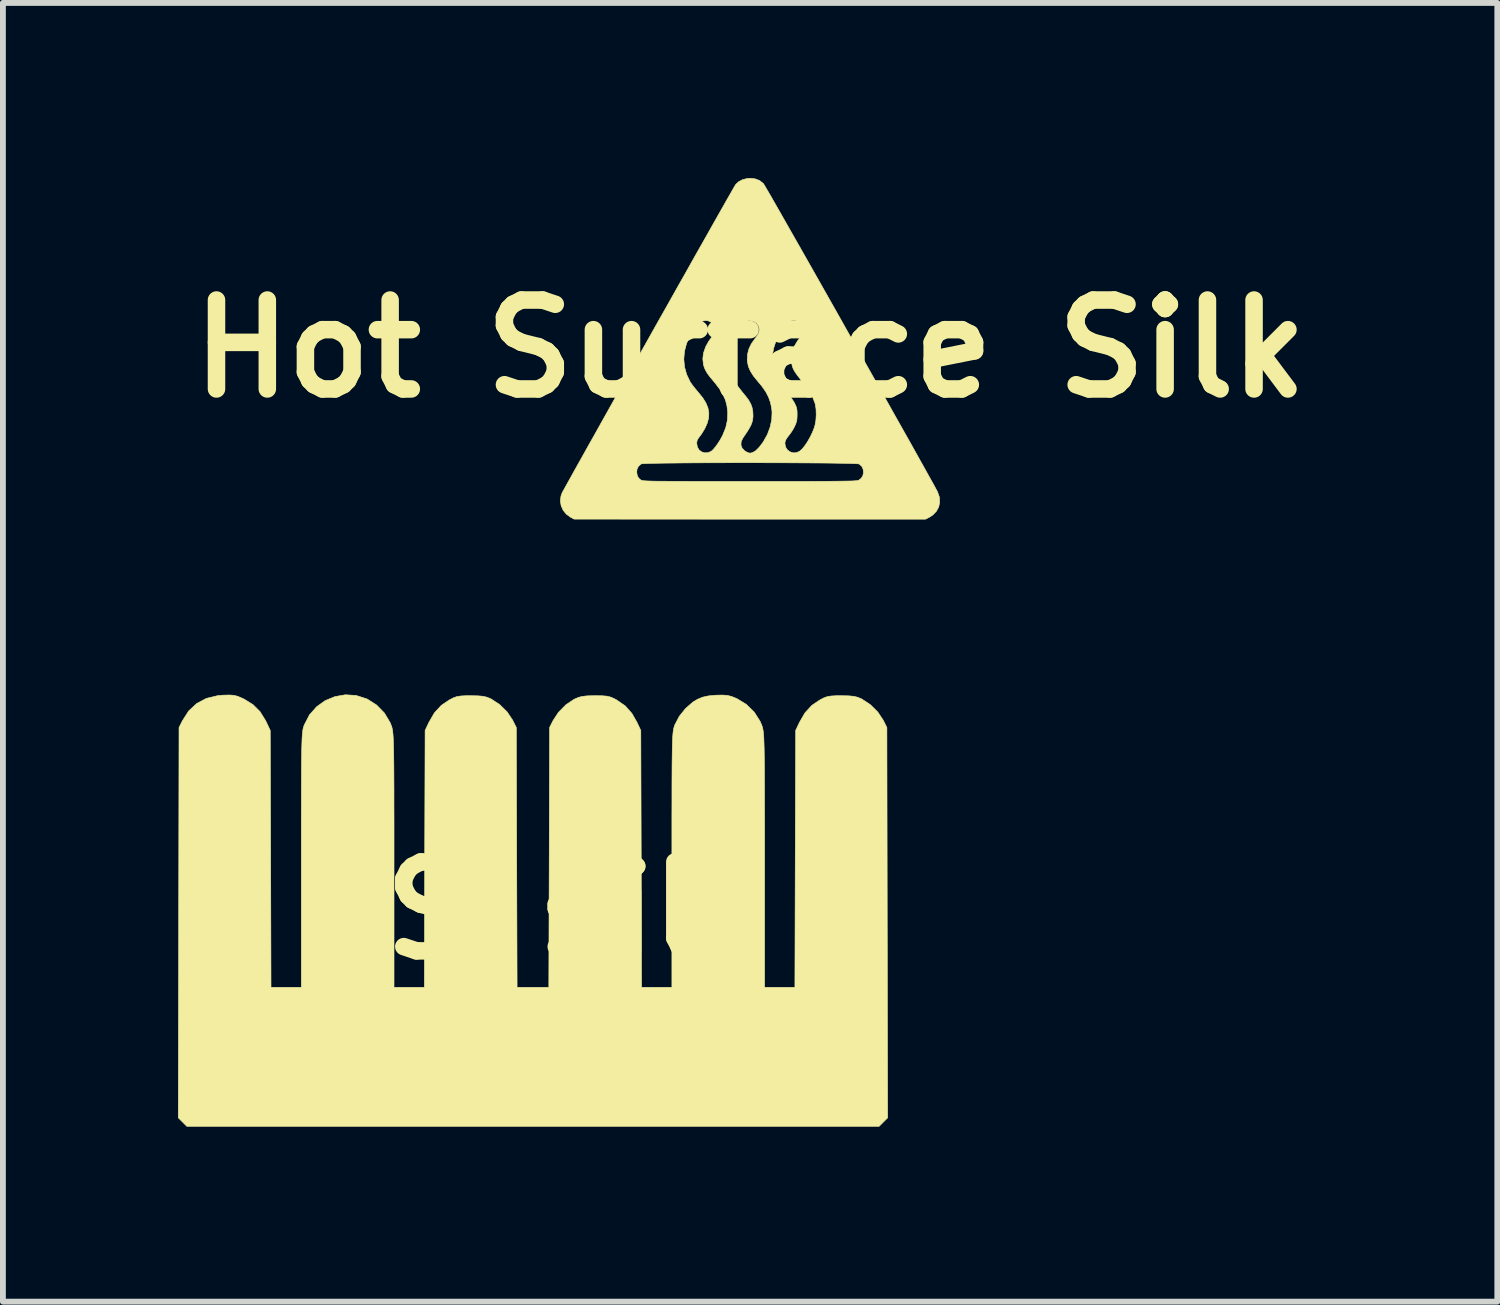
<source format=kicad_pcb>
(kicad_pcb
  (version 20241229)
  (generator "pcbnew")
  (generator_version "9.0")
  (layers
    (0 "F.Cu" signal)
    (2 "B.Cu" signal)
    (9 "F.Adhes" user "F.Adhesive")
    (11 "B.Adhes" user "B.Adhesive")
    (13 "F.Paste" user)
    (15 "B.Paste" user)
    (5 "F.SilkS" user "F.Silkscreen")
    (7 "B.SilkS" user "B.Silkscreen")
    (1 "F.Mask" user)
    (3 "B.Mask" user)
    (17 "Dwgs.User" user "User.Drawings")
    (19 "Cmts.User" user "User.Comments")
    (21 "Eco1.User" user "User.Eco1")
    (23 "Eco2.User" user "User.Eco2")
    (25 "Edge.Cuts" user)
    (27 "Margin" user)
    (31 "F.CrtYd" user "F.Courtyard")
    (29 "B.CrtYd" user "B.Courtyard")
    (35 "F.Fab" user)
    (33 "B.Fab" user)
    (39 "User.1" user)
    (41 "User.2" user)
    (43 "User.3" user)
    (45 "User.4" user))
  (footprint "HS silk"
    (layer "F.Cu")
    (at 6.083 12.555)
    (property "Reference" "HS silk" (at 0 0 0) (layer "F.SilkS") (effects (font (size 1.524 1.524) (thickness 0.3))))
    (attr through_hole)
    (fp_poly (pts (xy -3.029 -3.687) (xy -2.848 -3.629) (xy -2.839 -3.625) (xy -2.68 -3.524) (xy -2.546 -3.387) (xy -2.449 -3.225) (xy -2.432 -3.184) (xy -2.423 -3.159) (xy -2.415 -3.134) (xy -2.409 -3.103) (xy -2.403 -3.065) (xy -2.398 -3.016) (xy -2.394 -2.952) (xy -2.391 -2.871) (xy -2.388 -2.768) (xy -2.386 -2.642) (xy -2.384 -2.489) (xy -2.383 -2.305) (xy -2.382 -2.087) (xy -2.382 -1.832) (xy -2.381 -1.537) (xy -2.381 -1.198) (xy -2.381 -0.867) (xy -2.381 1.315) (xy -1.861 1.315) (xy -1.855 -0.887) (xy -1.848 -3.088) (xy -1.783 -3.226) (xy -1.688 -3.39) (xy -1.57 -3.518) (xy -1.434 -3.61) (xy -1.367 -3.645) (xy -1.307 -3.667) (xy -1.24 -3.678) (xy -1.15 -3.683) (xy -1.067 -3.683) (xy -0.944 -3.681) (xy -0.856 -3.673) (xy -0.787 -3.657) (xy -0.72 -3.629) (xy -0.715 -3.626) (xy -0.571 -3.532) (xy -0.442 -3.405) (xy -0.346 -3.261) (xy -0.343 -3.254) (xy -0.285 -3.138) (xy -0.279 -0.912) (xy -0.272 1.315) (xy 0.272 1.315) (xy 0.279 -0.912) (xy 0.285 -3.138) (xy 0.343 -3.254) (xy 0.437 -3.398) (xy 0.564 -3.527) (xy 0.707 -3.623) (xy 0.715 -3.626) (xy 0.782 -3.655) (xy 0.85 -3.672) (xy 0.937 -3.681) (xy 1.056 -3.683) (xy 1.067 -3.683) (xy 1.182 -3.682) (xy 1.263 -3.676) (xy 1.326 -3.661) (xy 1.386 -3.636) (xy 1.434 -3.61) (xy 1.581 -3.509) (xy 1.696 -3.379) (xy 1.783 -3.226) (xy 1.848 -3.088) (xy 1.855 -0.887) (xy 1.861 1.315) (xy 2.381 1.315) (xy 2.381 -0.867) (xy 2.381 -1.246) (xy 2.381 -1.579) (xy 2.382 -1.868) (xy 2.382 -2.118) (xy 2.383 -2.331) (xy 2.384 -2.511) (xy 2.386 -2.66) (xy 2.388 -2.783) (xy 2.391 -2.882) (xy 2.394 -2.961) (xy 2.398 -3.022) (xy 2.403 -3.07) (xy 2.409 -3.107) (xy 2.416 -3.137) (xy 2.424 -3.163) (xy 2.432 -3.185) (xy 2.507 -3.329) (xy 2.615 -3.464) (xy 2.742 -3.575) (xy 2.819 -3.621) (xy 2.908 -3.658) (xy 3.008 -3.68) (xy 3.138 -3.692) (xy 3.142 -3.692) (xy 3.251 -3.694) (xy 3.332 -3.688) (xy 3.404 -3.67) (xy 3.488 -3.636) (xy 3.496 -3.632) (xy 3.656 -3.535) (xy 3.791 -3.403) (xy 3.892 -3.245) (xy 3.918 -3.185) (xy 3.927 -3.161) (xy 3.934 -3.135) (xy 3.941 -3.105) (xy 3.947 -3.067) (xy 3.952 -3.018) (xy 3.956 -2.955) (xy 3.959 -2.875) (xy 3.962 -2.774) (xy 3.964 -2.65) (xy 3.966 -2.498) (xy 3.967 -2.316) (xy 3.968 -2.1) (xy 3.968 -1.847) (xy 3.969 -1.554) (xy 3.969 -1.218) (xy 3.969 -0.867) (xy 3.969 1.315) (xy 4.489 1.315) (xy 4.495 -0.887) (xy 4.502 -3.088) (xy 4.567 -3.226) (xy 4.662 -3.39) (xy 4.78 -3.518) (xy 4.916 -3.61) (xy 4.983 -3.645) (xy 5.043 -3.667) (xy 5.11 -3.678) (xy 5.2 -3.683) (xy 5.283 -3.683) (xy 5.406 -3.681) (xy 5.494 -3.673) (xy 5.563 -3.657) (xy 5.63 -3.629) (xy 5.635 -3.626) (xy 5.779 -3.532) (xy 5.908 -3.405) (xy 6.004 -3.261) (xy 6.007 -3.254) (xy 6.065 -3.138) (xy 6.071 0.206) (xy 6.078 3.55) (xy 5.932 3.696) (xy -5.932 3.696) (xy -6.078 3.55) (xy -6.071 0.206) (xy -6.065 -3.138) (xy -6.007 -3.254) (xy -5.9 -3.421) (xy -5.763 -3.549) (xy -5.596 -3.637) (xy -5.402 -3.684) (xy -5.313 -3.692) (xy -5.206 -3.695) (xy -5.129 -3.69) (xy -5.063 -3.674) (xy -4.989 -3.643) (xy -4.949 -3.624) (xy -4.797 -3.53) (xy -4.677 -3.41) (xy -4.581 -3.255) (xy -4.567 -3.226) (xy -4.502 -3.088) (xy -4.495 -0.887) (xy -4.489 1.315) (xy -3.969 1.315) (xy -3.969 -0.867) (xy -3.969 -1.246) (xy -3.969 -1.579) (xy -3.968 -1.869) (xy -3.968 -2.118) (xy -3.967 -2.331) (xy -3.966 -2.511) (xy -3.964 -2.661) (xy -3.962 -2.784) (xy -3.959 -2.883) (xy -3.956 -2.961) (xy -3.951 -3.023) (xy -3.946 -3.071) (xy -3.941 -3.108) (xy -3.934 -3.137) (xy -3.926 -3.163) (xy -3.918 -3.184) (xy -3.83 -3.354) (xy -3.708 -3.493) (xy -3.56 -3.599) (xy -3.392 -3.668) (xy -3.213 -3.699) (xy -3.029 -3.687)) (stroke (width 0.01) (type solid)) (fill yes) (layer "F.SilkS")))
  (footprint "Hot Surface Silk"
    (layer "F.Cu")
    (at 9.804 2.926)
    (property "Reference" "Hot Surface Silk" (at 0 0 0) (layer "F.SilkS") (effects (font (size 1.524 1.524) (thickness 0.3))))
    (attr through_hole)
    (fp_poly (pts (xy 0.088 -2.911) (xy 0.163 -2.882) (xy 0.226 -2.832) (xy 0.228 -2.83) (xy 0.237 -2.816) (xy 0.258 -2.781) (xy 0.29 -2.726) (xy 0.333 -2.653) (xy 0.385 -2.562) (xy 0.446 -2.455) (xy 0.516 -2.333) (xy 0.593 -2.197) (xy 0.678 -2.048) (xy 0.769 -1.888) (xy 0.866 -1.718) (xy 0.968 -1.538) (xy 1.074 -1.351) (xy 1.184 -1.157) (xy 1.297 -0.957) (xy 1.413 -0.752) (xy 1.53 -0.545) (xy 1.648 -0.335) (xy 1.767 -0.125) (xy 1.886 0.085) (xy 2.003 0.293) (xy 2.119 0.499) (xy 2.233 0.701) (xy 2.344 0.898) (xy 2.451 1.089) (xy 2.554 1.272) (xy 2.652 1.446) (xy 2.745 1.611) (xy 2.831 1.765) (xy 2.91 1.907) (xy 2.982 2.035) (xy 3.045 2.149) (xy 3.1 2.247) (xy 3.145 2.328) (xy 3.179 2.391) (xy 3.203 2.435) (xy 3.214 2.457) (xy 3.244 2.545) (xy 3.249 2.631) (xy 3.232 2.712) (xy 3.192 2.786) (xy 3.132 2.848) (xy 3.075 2.886) (xy 3.007 2.921) (xy -0.005 2.921) (xy -3.016 2.92) (xy -3.079 2.886) (xy -3.151 2.833) (xy -3.204 2.767) (xy -3.238 2.69) (xy -3.251 2.608) (xy -3.241 2.525) (xy -3.221 2.47) (xy -3.212 2.452) (xy -3.19 2.413) (xy -3.158 2.354) (xy -3.115 2.277) (xy -3.062 2.182) (xy -3.023 2.111) (xy -1.943 2.111) (xy -1.934 2.172) (xy -1.908 2.219) (xy -1.872 2.249) (xy -1.867 2.252) (xy -1.86 2.255) (xy -1.85 2.258) (xy -1.837 2.26) (xy -1.818 2.262) (xy -1.793 2.264) (xy -1.761 2.266) (xy -1.72 2.267) (xy -1.668 2.269) (xy -1.606 2.27) (xy -1.53 2.271) (xy -1.441 2.271) (xy -1.337 2.272) (xy -1.217 2.272) (xy -1.079 2.273) (xy -0.922 2.273) (xy -0.745 2.273) (xy -0.547 2.273) (xy -0.326 2.273) (xy -0.081 2.273) (xy -0.008 2.273) (xy 0.245 2.273) (xy 0.473 2.273) (xy 0.679 2.273) (xy 0.863 2.273) (xy 1.027 2.273) (xy 1.172 2.272) (xy 1.298 2.272) (xy 1.408 2.271) (xy 1.502 2.27) (xy 1.582 2.269) (xy 1.649 2.268) (xy 1.704 2.267) (xy 1.749 2.266) (xy 1.784 2.264) (xy 1.811 2.262) (xy 1.831 2.26) (xy 1.846 2.258) (xy 1.856 2.255) (xy 1.862 2.253) (xy 1.906 2.219) (xy 1.933 2.173) (xy 1.943 2.12) (xy 1.937 2.065) (xy 1.915 2.017) (xy 1.875 1.98) (xy 1.867 1.975) (xy 1.849 1.972) (xy 1.807 1.97) (xy 1.744 1.967) (xy 1.66 1.965) (xy 1.558 1.963) (xy 1.439 1.961) (xy 1.305 1.959) (xy 1.158 1.958) (xy 1 1.957) (xy 0.832 1.956) (xy 0.656 1.955) (xy 0.474 1.954) (xy 0.288 1.954) (xy 0.099 1.953) (xy -0.091 1.953) (xy -0.28 1.953) (xy -0.467 1.954) (xy -0.649 1.954) (xy -0.825 1.955) (xy -0.993 1.956) (xy -1.152 1.957) (xy -1.299 1.959) (xy -1.433 1.96) (xy -1.553 1.962) (xy -1.655 1.964) (xy -1.74 1.966) (xy -1.804 1.969) (xy -1.847 1.971) (xy -1.865 1.974) (xy -1.866 1.974) (xy -1.911 2.011) (xy -1.937 2.063) (xy -1.943 2.111) (xy -3.023 2.111) (xy -3.001 2.072) (xy -2.931 1.947) (xy -2.853 1.808) (xy -2.769 1.657) (xy -2.677 1.494) (xy -2.581 1.322) (xy -2.479 1.14) (xy -2.373 0.951) (xy -2.263 0.756) (xy -2.15 0.555) (xy -2.034 0.349) (xy -1.937 0.177) (xy -1.136 0.177) (xy -1.124 0.31) (xy -1.088 0.44) (xy -1.028 0.566) (xy -1.026 0.569) (xy -0.999 0.609) (xy -0.961 0.659) (xy -0.918 0.712) (xy -0.893 0.741) (xy -0.814 0.838) (xy -0.758 0.927) (xy -0.723 1.012) (xy -0.707 1.095) (xy -0.71 1.181) (xy -0.712 1.192) (xy -0.735 1.277) (xy -0.776 1.368) (xy -0.83 1.457) (xy -0.855 1.491) (xy -0.887 1.534) (xy -0.905 1.565) (xy -0.913 1.595) (xy -0.914 1.626) (xy -0.903 1.687) (xy -0.874 1.735) (xy -0.83 1.768) (xy -0.777 1.784) (xy -0.72 1.781) (xy -0.665 1.757) (xy -0.633 1.728) (xy -0.595 1.683) (xy -0.553 1.625) (xy -0.512 1.561) (xy -0.476 1.495) (xy -0.469 1.481) (xy -0.417 1.352) (xy -0.389 1.225) (xy -0.383 1.095) (xy -0.384 1.081) (xy -0.397 0.977) (xy -0.422 0.88) (xy -0.464 0.786) (xy -0.522 0.69) (xy -0.6 0.587) (xy -0.628 0.554) (xy -0.688 0.482) (xy -0.732 0.423) (xy -0.763 0.37) (xy -0.785 0.321) (xy -0.8 0.269) (xy -0.8 0.268) (xy -0.81 0.171) (xy -0.804 0.121) (xy -0.375 0.121) (xy -0.374 0.247) (xy -0.35 0.371) (xy -0.303 0.493) (xy -0.232 0.616) (xy -0.136 0.74) (xy -0.134 0.743) (xy -0.069 0.821) (xy -0.021 0.887) (xy 0.012 0.947) (xy 0.033 1.004) (xy 0.045 1.063) (xy 0.048 1.097) (xy 0.05 1.157) (xy 0.045 1.21) (xy 0.033 1.261) (xy 0.012 1.315) (xy -0.021 1.375) (xy -0.066 1.446) (xy -0.123 1.529) (xy -0.152 1.588) (xy -0.157 1.647) (xy -0.138 1.701) (xy -0.097 1.747) (xy -0.063 1.768) (xy -0.026 1.785) (xy 0.002 1.789) (xy 0.033 1.782) (xy 0.047 1.777) (xy 0.098 1.747) (xy 0.154 1.691) (xy 0.214 1.613) (xy 0.228 1.592) (xy 0.296 1.471) (xy 0.343 1.344) (xy 0.371 1.215) (xy 0.376 1.088) (xy 0.37 1.024) (xy 0.349 0.921) (xy 0.315 0.826) (xy 0.266 0.733) (xy 0.199 0.638) (xy 0.126 0.551) (xy 0.055 0.463) (xy 0.004 0.382) (xy -0.029 0.304) (xy -0.046 0.225) (xy -0.048 0.191) (xy 0.384 0.191) (xy 0.385 0.216) (xy 0.397 0.326) (xy 0.424 0.428) (xy 0.468 0.527) (xy 0.53 0.626) (xy 0.613 0.73) (xy 0.631 0.75) (xy 0.675 0.804) (xy 0.718 0.861) (xy 0.752 0.914) (xy 0.765 0.938) (xy 0.786 0.984) (xy 0.799 1.021) (xy 0.804 1.061) (xy 0.806 1.113) (xy 0.806 1.13) (xy 0.804 1.19) (xy 0.799 1.236) (xy 0.786 1.277) (xy 0.768 1.321) (xy 0.74 1.375) (xy 0.704 1.432) (xy 0.678 1.468) (xy 0.639 1.518) (xy 0.615 1.555) (xy 0.602 1.585) (xy 0.597 1.615) (xy 0.597 1.625) (xy 0.608 1.684) (xy 0.638 1.732) (xy 0.682 1.766) (xy 0.735 1.784) (xy 0.792 1.782) (xy 0.847 1.758) (xy 0.889 1.722) (xy 0.935 1.666) (xy 0.982 1.597) (xy 1.027 1.518) (xy 1.067 1.437) (xy 1.098 1.358) (xy 1.113 1.308) (xy 1.128 1.223) (xy 1.133 1.129) (xy 1.13 1.035) (xy 1.117 0.952) (xy 1.112 0.933) (xy 1.069 0.821) (xy 1.006 0.708) (xy 0.93 0.604) (xy 0.861 0.521) (xy 0.808 0.453) (xy 0.768 0.396) (xy 0.74 0.346) (xy 0.723 0.299) (xy 0.713 0.251) (xy 0.708 0.2) (xy 0.708 0.171) (xy 0.713 0.096) (xy 0.731 0.023) (xy 0.763 -0.051) (xy 0.811 -0.131) (xy 0.876 -0.221) (xy 0.905 -0.268) (xy 0.914 -0.315) (xy 0.914 -0.32) (xy 0.904 -0.385) (xy 0.874 -0.435) (xy 0.826 -0.468) (xy 0.762 -0.482) (xy 0.747 -0.483) (xy 0.719 -0.481) (xy 0.697 -0.474) (xy 0.673 -0.458) (xy 0.643 -0.43) (xy 0.615 -0.401) (xy 0.549 -0.322) (xy 0.493 -0.229) (xy 0.478 -0.201) (xy 0.432 -0.097) (xy 0.402 -0.002) (xy 0.386 0.091) (xy 0.384 0.191) (xy -0.048 0.191) (xy -0.048 0.191) (xy -0.044 0.095) (xy -0.021 0.005) (xy 0.021 -0.084) (xy 0.086 -0.176) (xy 0.105 -0.199) (xy 0.145 -0.261) (xy 0.16 -0.321) (xy 0.15 -0.38) (xy 0.147 -0.386) (xy 0.114 -0.437) (xy 0.064 -0.468) (xy 0.002 -0.479) (xy -0.019 -0.479) (xy -0.054 -0.474) (xy -0.082 -0.463) (xy -0.108 -0.443) (xy -0.142 -0.407) (xy -0.226 -0.299) (xy -0.294 -0.176) (xy -0.344 -0.045) (xy -0.372 0.088) (xy -0.375 0.121) (xy -0.804 0.121) (xy -0.797 0.07) (xy -0.762 -0.032) (xy -0.707 -0.131) (xy -0.677 -0.172) (xy -0.648 -0.21) (xy -0.623 -0.244) (xy -0.612 -0.263) (xy -0.597 -0.314) (xy -0.604 -0.366) (xy -0.628 -0.415) (xy -0.667 -0.453) (xy -0.716 -0.477) (xy -0.754 -0.483) (xy -0.804 -0.476) (xy -0.849 -0.454) (xy -0.895 -0.415) (xy -0.945 -0.354) (xy -0.945 -0.354) (xy -1.028 -0.225) (xy -1.088 -0.093) (xy -1.124 0.042) (xy -1.136 0.177) (xy -1.937 0.177) (xy -1.917 0.141) (xy -1.799 -0.069) (xy -1.681 -0.279) (xy -1.563 -0.489) (xy -1.445 -0.697) (xy -1.33 -0.902) (xy -1.217 -1.103) (xy -1.106 -1.298) (xy -1 -1.488) (xy -0.898 -1.669) (xy -0.8 -1.841) (xy -0.708 -2.004) (xy -0.623 -2.155) (xy -0.545 -2.293) (xy -0.474 -2.418) (xy -0.412 -2.528) (xy -0.358 -2.622) (xy -0.314 -2.699) (xy -0.281 -2.757) (xy -0.258 -2.796) (xy -0.247 -2.814) (xy -0.247 -2.815) (xy -0.196 -2.862) (xy -0.129 -2.897) (xy -0.051 -2.917) (xy -0.001 -2.921) (xy 0.088 -2.911)) (stroke (width 0.01) (type solid)) (fill yes) (layer "F.SilkS")))
  (gr_rect
    (start -3 -3)
    (end 22.609 19.256)
    (stroke (width 0.1) (type default))
    (fill no)
    (layer "Edge.Cuts")))
</source>
